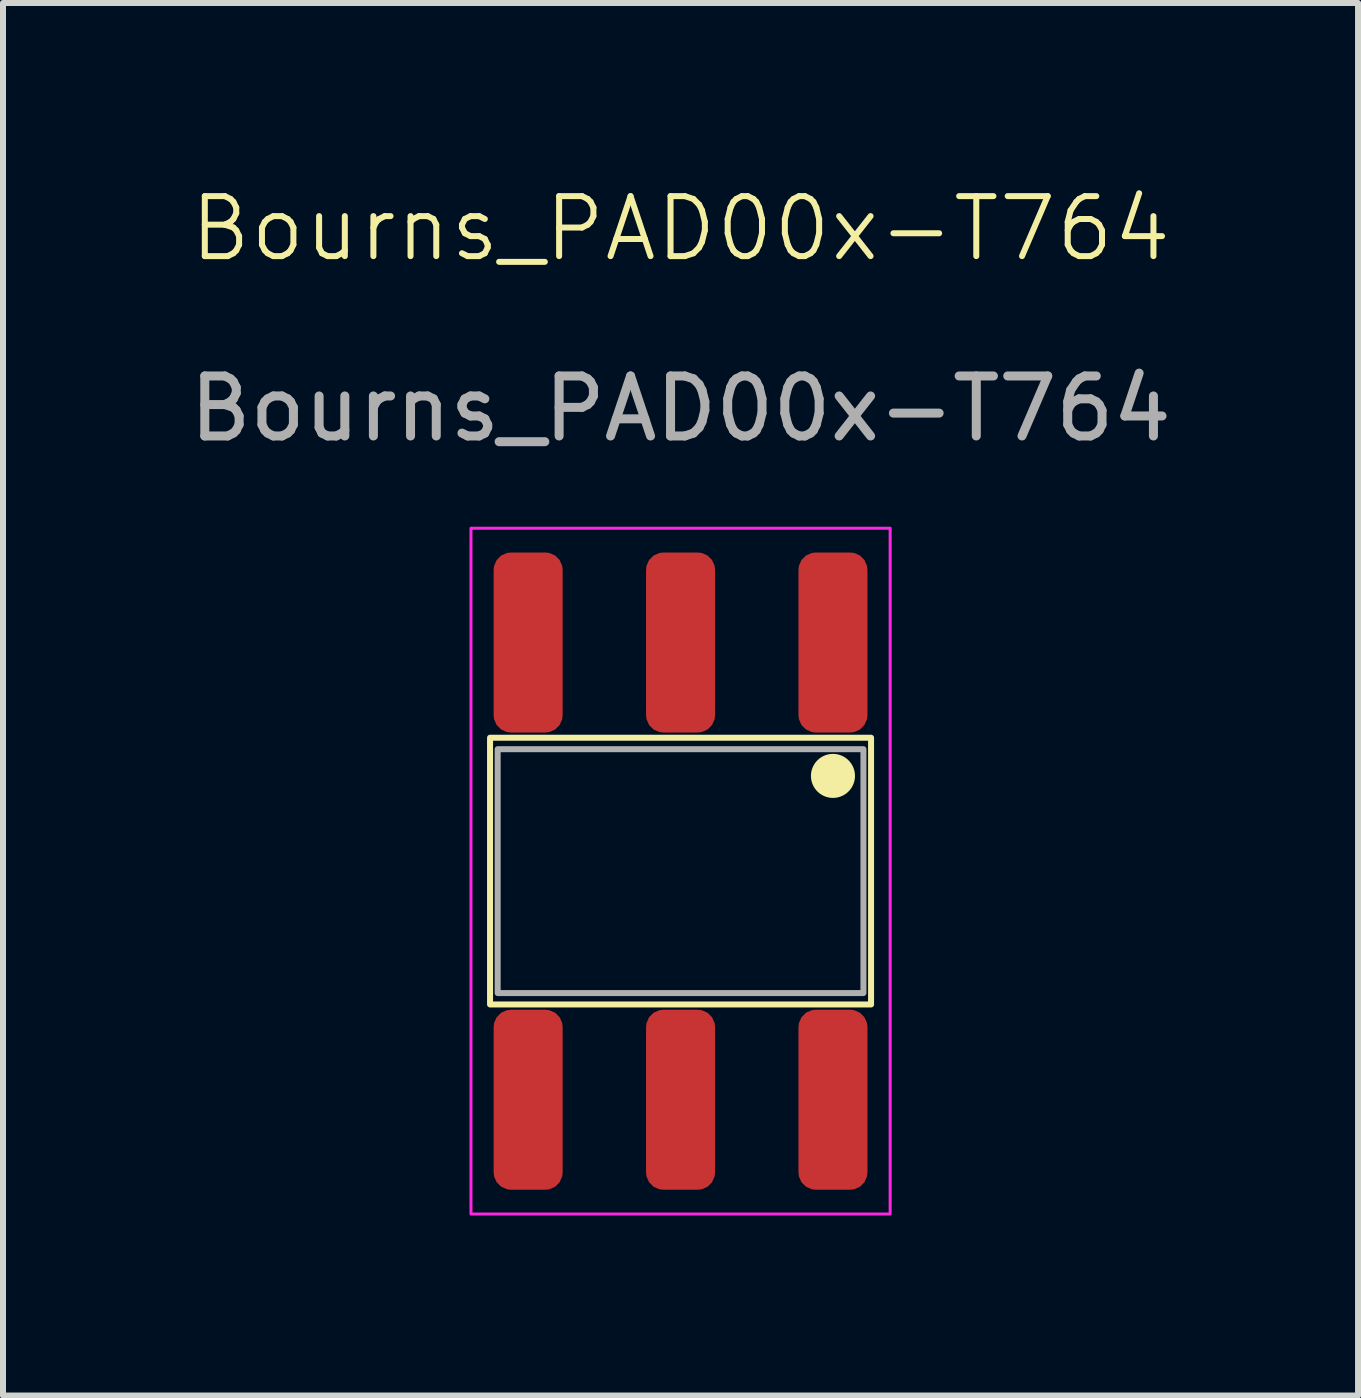
<source format=kicad_pcb>
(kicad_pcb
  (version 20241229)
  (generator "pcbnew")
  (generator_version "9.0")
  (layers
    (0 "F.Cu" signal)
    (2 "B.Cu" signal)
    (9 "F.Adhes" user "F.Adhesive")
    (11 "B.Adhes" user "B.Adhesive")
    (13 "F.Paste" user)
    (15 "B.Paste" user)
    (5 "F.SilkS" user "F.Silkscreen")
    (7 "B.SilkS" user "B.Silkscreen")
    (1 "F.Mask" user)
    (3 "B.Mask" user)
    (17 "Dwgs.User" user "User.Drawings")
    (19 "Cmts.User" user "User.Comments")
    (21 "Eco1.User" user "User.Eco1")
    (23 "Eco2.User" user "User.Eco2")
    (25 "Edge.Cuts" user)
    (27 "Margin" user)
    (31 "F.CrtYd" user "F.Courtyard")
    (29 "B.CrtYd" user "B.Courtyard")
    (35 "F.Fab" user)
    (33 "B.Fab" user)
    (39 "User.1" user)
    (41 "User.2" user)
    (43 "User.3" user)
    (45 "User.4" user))
  (footprint "Bourns_PAD00x-T764"
    (layer "F.Cu")
    (at 8.292 7.658)
    (property "Reference" "Bourns_PAD00x-T764" (at 0 -6.897 0) (unlocked yes) (layer "F.SilkS") (effects (font (size 1 1) (thickness 0.1))))
    (attr smd)
    (fp_rect (start -3.175 1.587) (end 3.175 6.032) (stroke (width 0.1) (type default)) (fill no) (layer "F.SilkS"))
    (fp_circle (center 2.54 2.223) (end 2.857 2.223) (stroke (width 0.1) (type solid)) (fill yes) (layer "F.SilkS"))
    (fp_rect (start -3.493 -1.905) (end 3.493 9.525) (stroke (width 0.05) (type default)) (fill no) (layer "F.CrtYd"))
    (fp_rect (start -3.048 1.778) (end 3.048 5.842) (stroke (width 0.1) (type default)) (fill no) (layer "F.Fab"))
    (fp_text user "${REFERENCE}" (at 0 -3.897 0) (unlocked yes) (layer "F.Fab") (effects (font (size 1 1) (thickness 0.15))))
    (pad "1" smd roundrect (at 2.54 0) (size 1.15 3) (layers "F.Cu" "F.Mask" "F.Paste") (roundrect_rratio 0.25))
    (pad "2" smd roundrect (at 0 0) (size 1.15 3) (layers "F.Cu" "F.Mask" "F.Paste") (roundrect_rratio 0.25))
    (pad "3" smd roundrect (at -2.54 0) (size 1.15 3) (layers "F.Cu" "F.Mask" "F.Paste") (roundrect_rratio 0.25))
    (pad "4" smd roundrect (at -2.54 7.62) (size 1.15 3) (layers "F.Cu" "F.Mask" "F.Paste") (roundrect_rratio 0.25))
    (pad "5" smd roundrect (at 0 7.62) (size 1.15 3) (layers "F.Cu" "F.Mask" "F.Paste") (roundrect_rratio 0.25))
    (pad "6" smd roundrect (at 2.54 7.62) (size 1.15 3) (layers "F.Cu" "F.Mask" "F.Paste") (roundrect_rratio 0.25)))
  (gr_rect
    (start -3 -3)
    (end 19.583 20.208)
    (stroke (width 0.1) (type default))
    (fill no)
    (layer "Edge.Cuts")))
</source>
